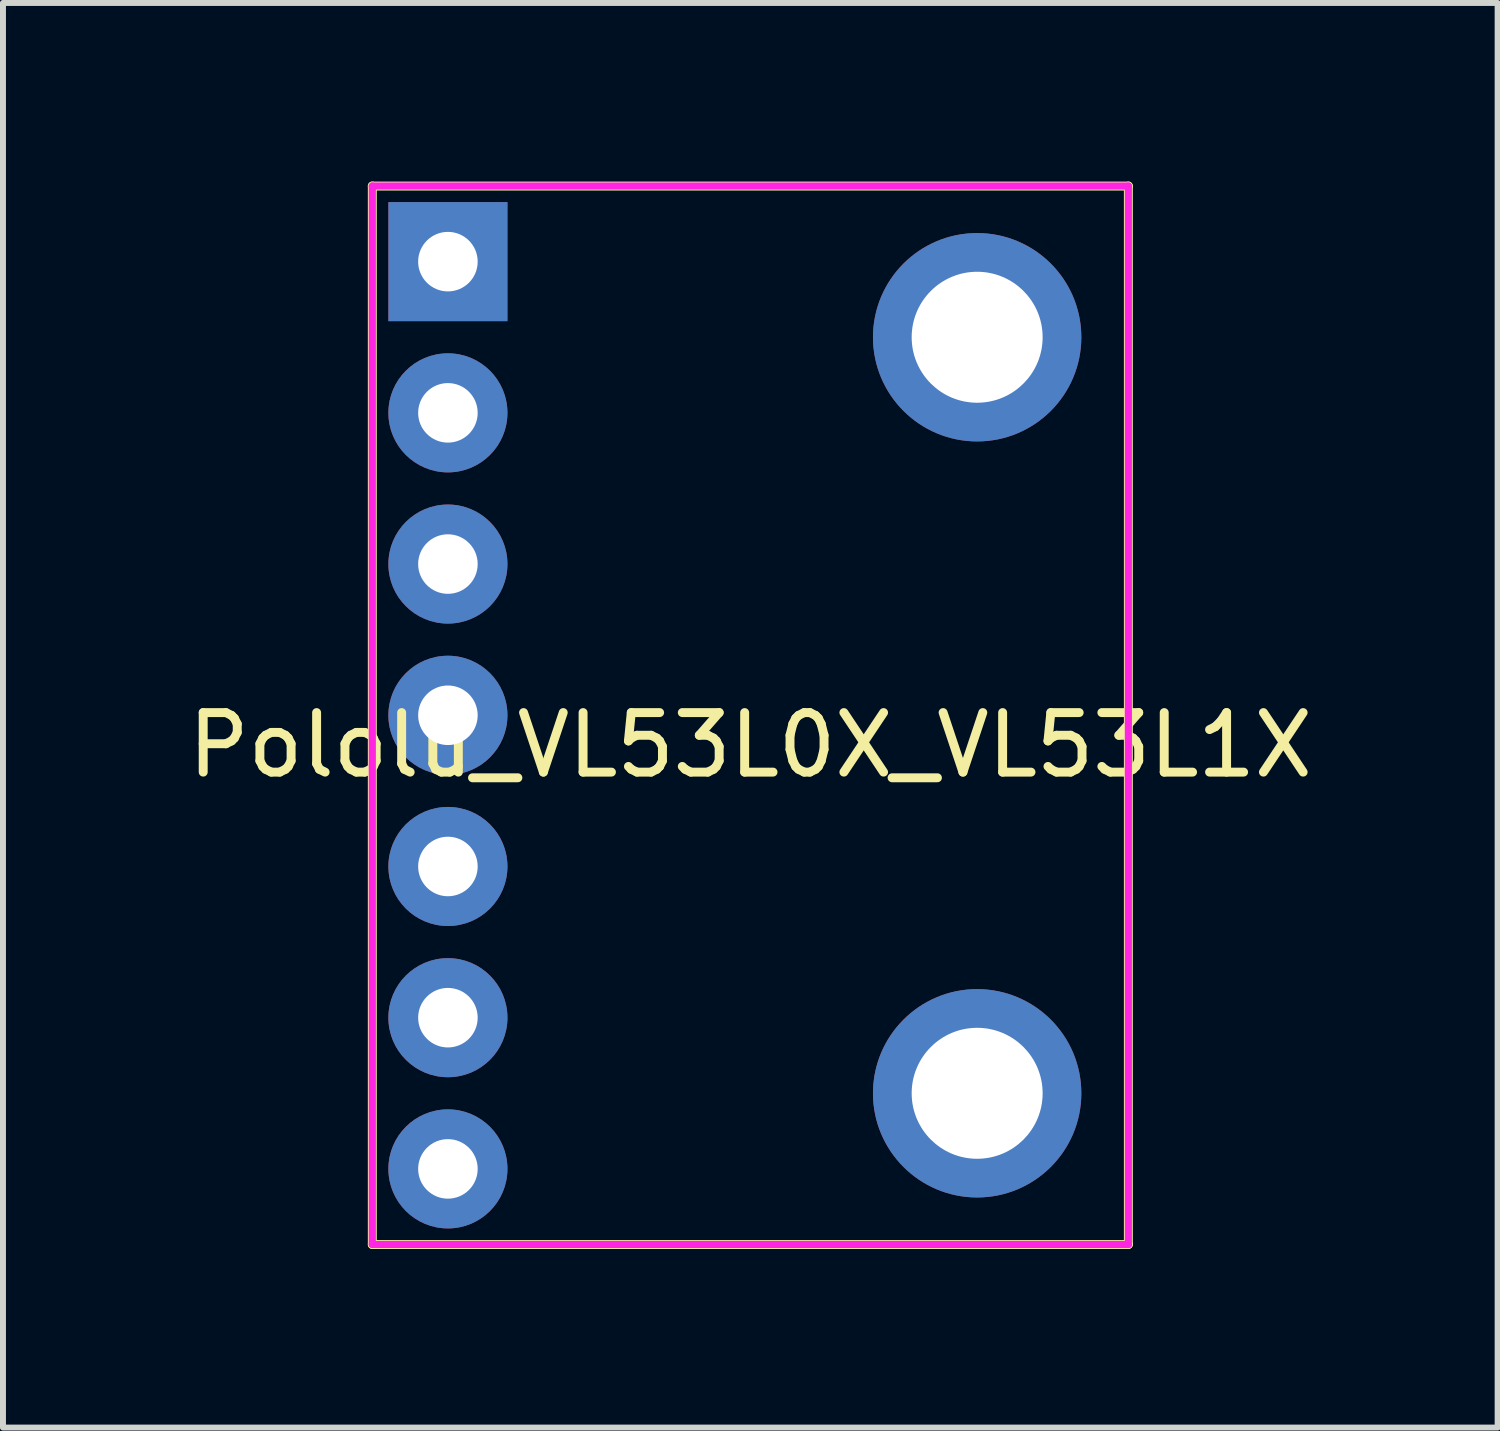
<source format=kicad_pcb>
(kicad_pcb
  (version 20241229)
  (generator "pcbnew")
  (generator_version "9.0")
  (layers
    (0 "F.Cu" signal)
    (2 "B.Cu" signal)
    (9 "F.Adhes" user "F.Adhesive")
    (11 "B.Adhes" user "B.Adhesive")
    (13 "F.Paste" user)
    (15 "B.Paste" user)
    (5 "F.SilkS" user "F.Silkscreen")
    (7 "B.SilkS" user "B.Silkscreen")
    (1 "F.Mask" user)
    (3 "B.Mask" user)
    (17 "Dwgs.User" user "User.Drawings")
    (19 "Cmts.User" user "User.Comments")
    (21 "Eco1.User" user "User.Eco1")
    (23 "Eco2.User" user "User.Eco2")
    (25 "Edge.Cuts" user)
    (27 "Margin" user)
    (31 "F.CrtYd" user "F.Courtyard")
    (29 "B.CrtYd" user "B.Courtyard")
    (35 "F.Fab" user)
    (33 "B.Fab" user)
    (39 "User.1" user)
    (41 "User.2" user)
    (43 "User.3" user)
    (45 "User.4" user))
  (footprint "Pololu_VL53L0X_VL53L1X"
    (layer "F.Cu")
    (at 9.554 8.965)
    (property "Reference" "Pololu_VL53L0X_VL53L1X" (at 0 0.5 0) (layer "F.SilkS") (effects (font (size 1 1) (thickness 0.15))))
    (attr through_hole)
    (fp_line (start -6.35 -8.89) (end -6.35 8.89) (stroke (width 0.15) (type solid)) (layer "F.SilkS"))
    (fp_line (start -6.35 8.89) (end 6.35 8.89) (stroke (width 0.15) (type solid)) (layer "F.SilkS"))
    (fp_line (start 6.35 -8.89) (end -6.35 -8.89) (stroke (width 0.15) (type solid)) (layer "F.SilkS"))
    (fp_line (start 6.35 8.89) (end 6.35 -8.89) (stroke (width 0.15) (type solid)) (layer "F.SilkS"))
    (fp_line (start -6.35 -8.89) (end 6.35 -8.89) (stroke (width 0.12) (type solid)) (layer "F.CrtYd"))
    (fp_line (start -6.35 8.89) (end -6.35 -8.89) (stroke (width 0.12) (type solid)) (layer "F.CrtYd"))
    (fp_line (start 6.35 -8.89) (end 6.35 8.89) (stroke (width 0.12) (type solid)) (layer "F.CrtYd"))
    (fp_line (start 6.35 8.89) (end -6.35 8.89) (stroke (width 0.12) (type solid)) (layer "F.CrtYd"))
    (pad "" np_thru_hole circle (at 3.81 -6.35) (size 3.5 3.5) (drill 2.2) (layers "*.Cu" "*.Mask"))
    (pad "" np_thru_hole circle (at 3.81 6.35) (size 3.5 3.5) (drill 2.2) (layers "*.Cu" "*.Mask"))
    (pad "1" thru_hole rect (at -5.08 -7.62) (size 2 2) (drill 1) (layers "*.Cu" "*.Mask"))
    (pad "2" thru_hole circle (at -5.08 -5.08) (size 2 2) (drill 1) (layers "*.Cu" "*.Mask"))
    (pad "3" thru_hole circle (at -5.08 -2.54) (size 2 2) (drill 1) (layers "*.Cu" "*.Mask"))
    (pad "4" thru_hole circle (at -5.08 0) (size 2 2) (drill 1) (layers "*.Cu" "*.Mask"))
    (pad "5" thru_hole circle (at -5.08 2.54) (size 2 2) (drill 1) (layers "*.Cu" "*.Mask"))
    (pad "6" thru_hole circle (at -5.08 5.08) (size 2 2) (drill 1) (layers "*.Cu" "*.Mask"))
    (pad "7" thru_hole circle (at -5.08 7.62) (size 2 2) (drill 1) (layers "*.Cu" "*.Mask")))
  (gr_rect
    (start -3 -3)
    (end 22.107 20.93)
    (stroke (width 0.1) (type default))
    (fill no)
    (layer "Edge.Cuts")))
</source>
